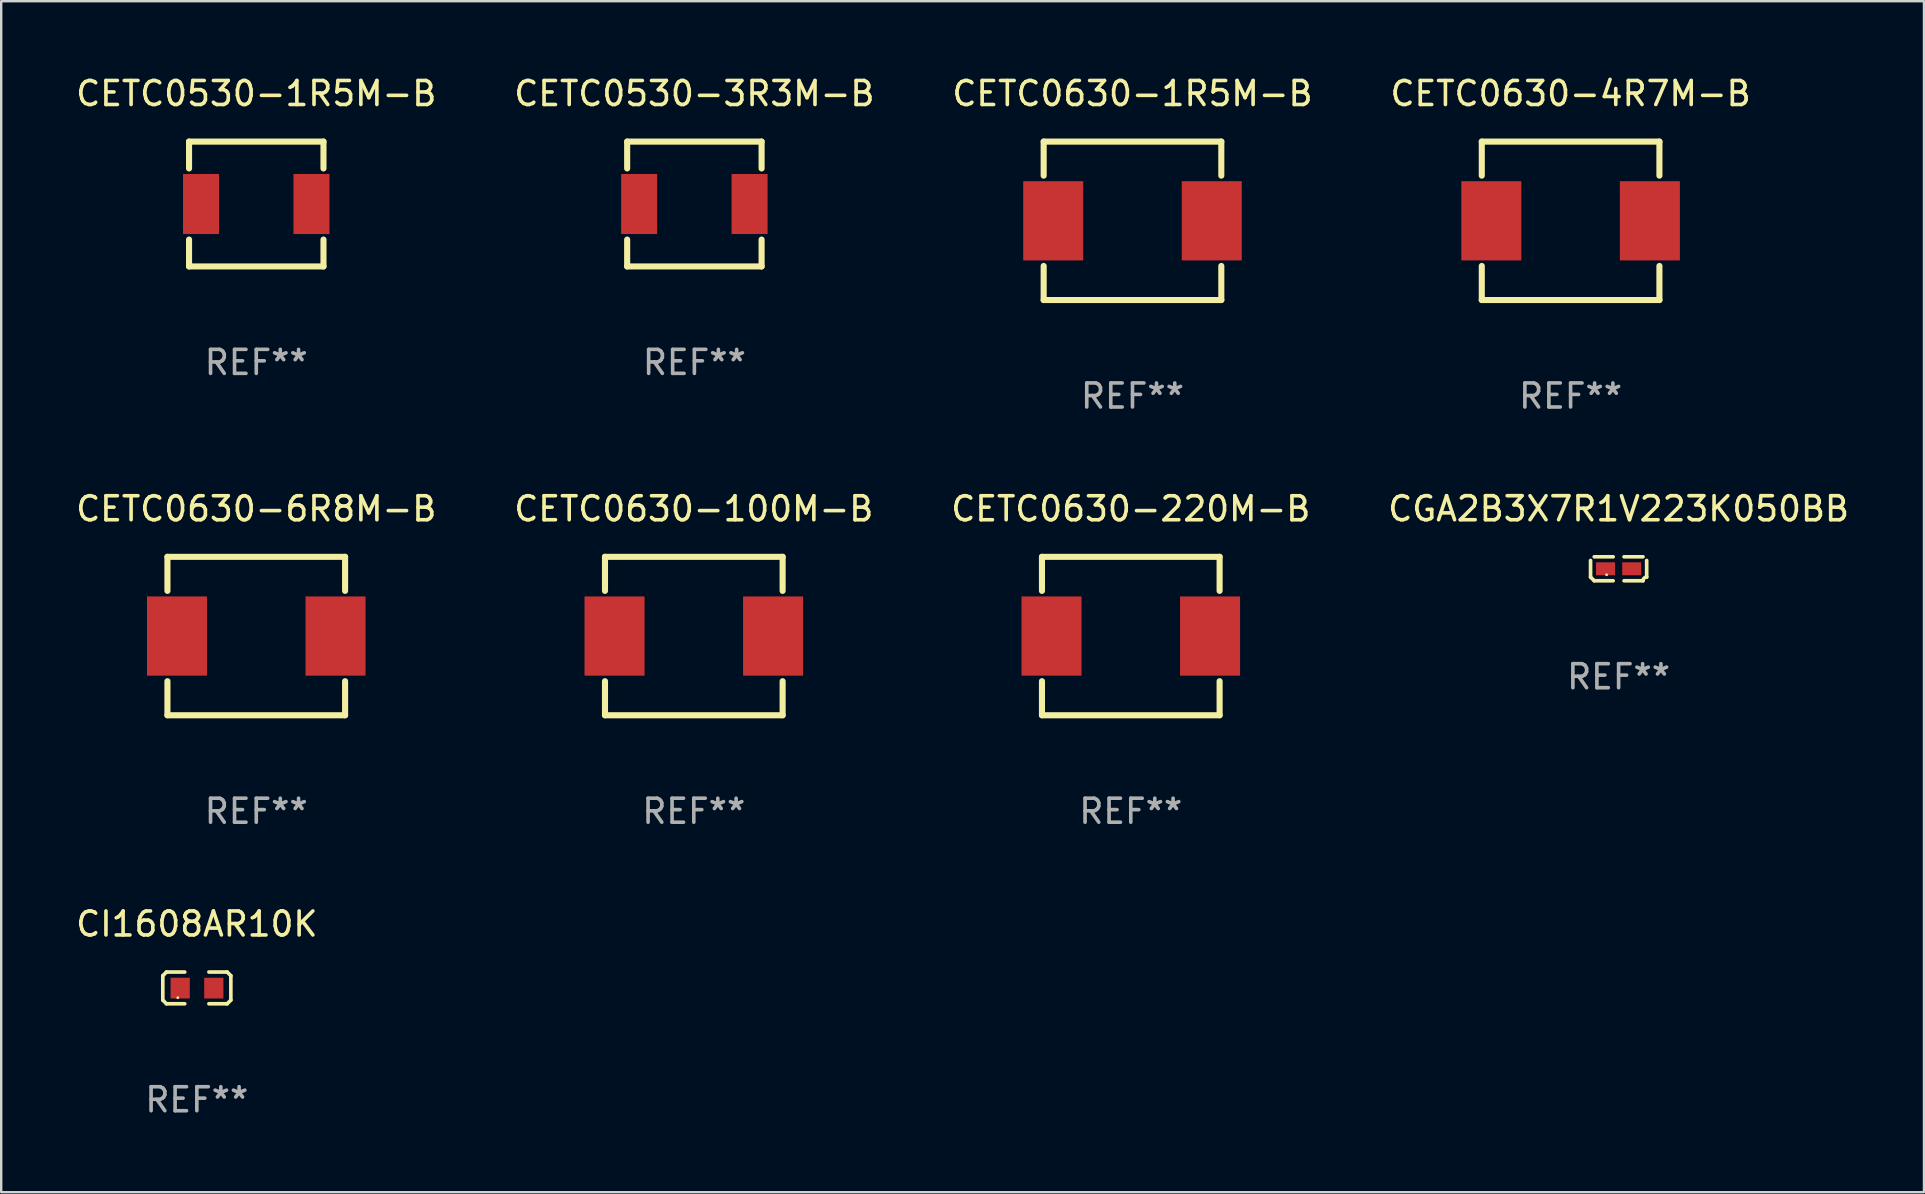
<source format=kicad_pcb>
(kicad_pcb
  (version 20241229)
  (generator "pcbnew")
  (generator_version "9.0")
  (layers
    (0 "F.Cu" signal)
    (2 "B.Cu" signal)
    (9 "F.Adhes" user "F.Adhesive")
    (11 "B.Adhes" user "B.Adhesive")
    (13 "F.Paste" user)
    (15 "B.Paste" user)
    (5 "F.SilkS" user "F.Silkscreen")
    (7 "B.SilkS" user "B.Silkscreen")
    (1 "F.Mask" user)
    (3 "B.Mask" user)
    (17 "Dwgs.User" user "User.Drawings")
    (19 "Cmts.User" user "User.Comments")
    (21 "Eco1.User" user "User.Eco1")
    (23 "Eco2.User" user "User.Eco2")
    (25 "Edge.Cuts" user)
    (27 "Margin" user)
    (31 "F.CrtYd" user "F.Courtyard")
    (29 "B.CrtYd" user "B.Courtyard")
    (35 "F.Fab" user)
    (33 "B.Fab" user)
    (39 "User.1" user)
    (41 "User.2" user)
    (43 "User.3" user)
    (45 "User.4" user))
  (footprint "CETC0630-220M-B"
    (layer "F.Cu")
    (at 44.054 23.445)
    (property "Reference" "CETC0630-220M-B" (at 0 -5.3 0) (layer "F.SilkS") (effects (font (size 1 1) (thickness 0.15))))
    (attr through_hole)
    (fp_line (start -3.7 -3.3) (end -3.7 -1.881) (stroke (width 0.254) (type solid)) (layer "F.SilkS"))
    (fp_line (start -3.7 -3.3) (end 3.7 -3.3) (stroke (width 0.254) (type solid)) (layer "F.SilkS"))
    (fp_line (start -3.7 1.881) (end -3.7 3.3) (stroke (width 0.254) (type solid)) (layer "F.SilkS"))
    (fp_line (start 3.7 -1.881) (end 3.7 -3.3) (stroke (width 0.254) (type solid)) (layer "F.SilkS"))
    (fp_line (start 3.7 3.3) (end -3.7 3.3) (stroke (width 0.254) (type solid)) (layer "F.SilkS"))
    (fp_line (start 3.7 3.3) (end 3.7 1.881) (stroke (width 0.254) (type solid)) (layer "F.SilkS"))
    (fp_circle (center -3.7 3.3) (end -3.67 3.3) (stroke (width 0.06) (type solid)) (fill no) (layer "F.SilkS"))
    (fp_text user "REF**" (at 0 7.3 0) (layer "F.Fab") (effects (font (size 1 1) (thickness 0.15))))
    (pad "1" smd rect (at -3.302 0) (size 2.5 3.3) (layers "F.Cu" "F.Mask" "F.Paste"))
    (pad "2" smd rect (at 3.302 0) (size 2.5 3.3) (layers "F.Cu" "F.Mask" "F.Paste")))
  (footprint "CETC0630-1R5M-B"
    (layer "F.Cu")
    (at 44.125 6.148)
    (property "Reference" "CETC0630-1R5M-B" (at 0 -5.3 0) (layer "F.SilkS") (effects (font (size 1 1) (thickness 0.15))))
    (attr through_hole)
    (fp_line (start -3.7 -3.3) (end -3.7 -1.881) (stroke (width 0.254) (type solid)) (layer "F.SilkS"))
    (fp_line (start -3.7 -3.3) (end 3.7 -3.3) (stroke (width 0.254) (type solid)) (layer "F.SilkS"))
    (fp_line (start -3.7 1.881) (end -3.7 3.3) (stroke (width 0.254) (type solid)) (layer "F.SilkS"))
    (fp_line (start 3.7 -1.881) (end 3.7 -3.3) (stroke (width 0.254) (type solid)) (layer "F.SilkS"))
    (fp_line (start 3.7 3.3) (end -3.7 3.3) (stroke (width 0.254) (type solid)) (layer "F.SilkS"))
    (fp_line (start 3.7 3.3) (end 3.7 1.881) (stroke (width 0.254) (type solid)) (layer "F.SilkS"))
    (fp_circle (center -3.7 3.3) (end -3.67 3.3) (stroke (width 0.06) (type solid)) (fill no) (layer "F.SilkS"))
    (fp_text user "REF**" (at 0 7.3 0) (layer "F.Fab") (effects (font (size 1 1) (thickness 0.15))))
    (pad "1" smd rect (at -3.302 0) (size 2.5 3.3) (layers "F.Cu" "F.Mask" "F.Paste"))
    (pad "2" smd rect (at 3.302 0) (size 2.5 3.3) (layers "F.Cu" "F.Mask" "F.Paste")))
  (footprint "CGA2B3X7R1V223K050BB"
    (layer "F.Cu")
    (at 64.375 20.643)
    (property "Reference" "CGA2B3X7R1V223K050BB" (at 0 -2.499 0) (layer "F.SilkS") (effects (font (size 1 1) (thickness 0.15))))
    (attr through_hole)
    (fp_line (start -1.169 0.346) (end -1.169 -0.346) (stroke (width 0.152) (type solid)) (layer "F.SilkS"))
    (fp_line (start -1.016 -0.499) (end -0.226 -0.499) (stroke (width 0.152) (type solid)) (layer "F.SilkS"))
    (fp_line (start -0.226 0.499) (end -1.016 0.499) (stroke (width 0.152) (type solid)) (layer "F.SilkS"))
    (fp_line (start 0.226 0.499) (end 1.016 0.499) (stroke (width 0.152) (type solid)) (layer "F.SilkS"))
    (fp_line (start 1.016 -0.499) (end 0.226 -0.499) (stroke (width 0.152) (type solid)) (layer "F.SilkS"))
    (fp_line (start 1.169 0.346) (end 1.169 -0.346) (stroke (width 0.152) (type solid)) (layer "F.SilkS"))
    (fp_arc (start -1.016307 0.498603) (mid -1.092512 0.422405) (end -1.16871 0.3462) (stroke (width 0.1524) (type solid)) (layer "F.SilkS"))
    (fp_arc (start 1.016307 0.498603) (mid 1.060899 0.390758) (end 1.168707 0.346076) (stroke (width 0.1524) (type solid)) (layer "F.SilkS"))
    (fp_circle (center -0.5 0.25) (end -0.47 0.25) (stroke (width 0.06) (type solid)) (fill no) (layer "F.SilkS"))
    (fp_text user "REF**" (at 0 4.499 0) (layer "F.Fab") (effects (font (size 1 1) (thickness 0.15))))
    (pad "1" smd rect (at -0.545 0) (size 0.79 0.54) (layers "F.Cu" "F.Mask" "F.Paste"))
    (pad "2" smd rect (at 0.545 0) (size 0.79 0.54) (layers "F.Cu" "F.Mask" "F.Paste")))
  (footprint "CETC0630-100M-B"
    (layer "F.Cu")
    (at 25.851 23.445)
    (property "Reference" "CETC0630-100M-B" (at 0 -5.3 0) (layer "F.SilkS") (effects (font (size 1 1) (thickness 0.15))))
    (attr through_hole)
    (fp_line (start -3.7 -3.3) (end -3.7 -1.881) (stroke (width 0.254) (type solid)) (layer "F.SilkS"))
    (fp_line (start -3.7 -3.3) (end 3.7 -3.3) (stroke (width 0.254) (type solid)) (layer "F.SilkS"))
    (fp_line (start -3.7 1.881) (end -3.7 3.3) (stroke (width 0.254) (type solid)) (layer "F.SilkS"))
    (fp_line (start 3.7 -1.881) (end 3.7 -3.3) (stroke (width 0.254) (type solid)) (layer "F.SilkS"))
    (fp_line (start 3.7 3.3) (end -3.7 3.3) (stroke (width 0.254) (type solid)) (layer "F.SilkS"))
    (fp_line (start 3.7 3.3) (end 3.7 1.881) (stroke (width 0.254) (type solid)) (layer "F.SilkS"))
    (fp_circle (center -3.7 3.3) (end -3.67 3.3) (stroke (width 0.06) (type solid)) (fill no) (layer "F.SilkS"))
    (fp_text user "REF**" (at 0 7.3 0) (layer "F.Fab") (effects (font (size 1 1) (thickness 0.15))))
    (pad "1" smd rect (at -3.302 0) (size 2.5 3.3) (layers "F.Cu" "F.Mask" "F.Paste"))
    (pad "2" smd rect (at 3.302 0) (size 2.5 3.3) (layers "F.Cu" "F.Mask" "F.Paste")))
  (footprint "CETC0630-4R7M-B"
    (layer "F.Cu")
    (at 62.375 6.148)
    (property "Reference" "CETC0630-4R7M-B" (at 0 -5.3 0) (layer "F.SilkS") (effects (font (size 1 1) (thickness 0.15))))
    (attr through_hole)
    (fp_line (start -3.7 -3.3) (end -3.7 -1.881) (stroke (width 0.254) (type solid)) (layer "F.SilkS"))
    (fp_line (start -3.7 -3.3) (end 3.7 -3.3) (stroke (width 0.254) (type solid)) (layer "F.SilkS"))
    (fp_line (start -3.7 1.881) (end -3.7 3.3) (stroke (width 0.254) (type solid)) (layer "F.SilkS"))
    (fp_line (start 3.7 -1.881) (end 3.7 -3.3) (stroke (width 0.254) (type solid)) (layer "F.SilkS"))
    (fp_line (start 3.7 3.3) (end -3.7 3.3) (stroke (width 0.254) (type solid)) (layer "F.SilkS"))
    (fp_line (start 3.7 3.3) (end 3.7 1.881) (stroke (width 0.254) (type solid)) (layer "F.SilkS"))
    (fp_circle (center -3.7 3.3) (end -3.67 3.3) (stroke (width 0.06) (type solid)) (fill no) (layer "F.SilkS"))
    (fp_text user "REF**" (at 0 7.3 0) (layer "F.Fab") (effects (font (size 1 1) (thickness 0.15))))
    (pad "1" smd rect (at -3.302 0) (size 2.5 3.3) (layers "F.Cu" "F.Mask" "F.Paste"))
    (pad "2" smd rect (at 3.302 0) (size 2.5 3.3) (layers "F.Cu" "F.Mask" "F.Paste")))
  (footprint "CETC0530-3R3M-B"
    (layer "F.Cu")
    (at 25.875 5.448)
    (property "Reference" "CETC0530-3R3M-B" (at 0 -4.6 0) (layer "F.SilkS") (effects (font (size 1 1) (thickness 0.15))))
    (attr through_hole)
    (fp_line (start -2.8 -2.6) (end -2.8 -1.481) (stroke (width 0.254) (type solid)) (layer "F.SilkS"))
    (fp_line (start -2.8 -2.6) (end 2.8 -2.6) (stroke (width 0.254) (type solid)) (layer "F.SilkS"))
    (fp_line (start -2.8 1.481) (end -2.8 2.6) (stroke (width 0.254) (type solid)) (layer "F.SilkS"))
    (fp_line (start 2.8 -2.6) (end 2.8 -1.481) (stroke (width 0.254) (type solid)) (layer "F.SilkS"))
    (fp_line (start 2.8 1.481) (end 2.8 2.6) (stroke (width 0.254) (type solid)) (layer "F.SilkS"))
    (fp_line (start 2.8 2.6) (end -2.8 2.6) (stroke (width 0.254) (type solid)) (layer "F.SilkS"))
    (fp_circle (center -2.75 2.6) (end -2.72 2.6) (stroke (width 0.06) (type solid)) (fill no) (layer "F.SilkS"))
    (fp_text user "REF**" (at 0 6.6 0) (layer "F.Fab") (effects (font (size 1 1) (thickness 0.15))))
    (pad "1" smd rect (at -2.3 0 90) (size 2.5 1.5) (layers "F.Cu" "F.Mask" "F.Paste"))
    (pad "2" smd rect (at 2.3 0 90) (size 2.5 1.5) (layers "F.Cu" "F.Mask" "F.Paste")))
  (footprint "CETC0630-6R8M-B"
    (layer "F.Cu")
    (at 7.625 23.445)
    (property "Reference" "CETC0630-6R8M-B" (at 0 -5.3 0) (layer "F.SilkS") (effects (font (size 1 1) (thickness 0.15))))
    (attr through_hole)
    (fp_line (start -3.7 -3.3) (end -3.7 -1.881) (stroke (width 0.254) (type solid)) (layer "F.SilkS"))
    (fp_line (start -3.7 -3.3) (end 3.7 -3.3) (stroke (width 0.254) (type solid)) (layer "F.SilkS"))
    (fp_line (start -3.7 1.881) (end -3.7 3.3) (stroke (width 0.254) (type solid)) (layer "F.SilkS"))
    (fp_line (start 3.7 -1.881) (end 3.7 -3.3) (stroke (width 0.254) (type solid)) (layer "F.SilkS"))
    (fp_line (start 3.7 3.3) (end -3.7 3.3) (stroke (width 0.254) (type solid)) (layer "F.SilkS"))
    (fp_line (start 3.7 3.3) (end 3.7 1.881) (stroke (width 0.254) (type solid)) (layer "F.SilkS"))
    (fp_circle (center -3.7 3.3) (end -3.67 3.3) (stroke (width 0.06) (type solid)) (fill no) (layer "F.SilkS"))
    (fp_text user "REF**" (at 0 7.3 0) (layer "F.Fab") (effects (font (size 1 1) (thickness 0.15))))
    (pad "1" smd rect (at -3.302 0) (size 2.5 3.3) (layers "F.Cu" "F.Mask" "F.Paste"))
    (pad "2" smd rect (at 3.302 0) (size 2.5 3.3) (layers "F.Cu" "F.Mask" "F.Paste")))
  (footprint "CI1608AR10K"
    (layer "F.Cu")
    (at 5.149 38.102)
    (property "Reference" "CI1608AR10K" (at 0 -2.661 0) (layer "F.SilkS") (effects (font (size 1 1) (thickness 0.15))))
    (attr through_hole)
    (fp_line (start -1.417 -0.508) (end -1.265 -0.661) (stroke (width 0.152) (type solid)) (layer "F.SilkS"))
    (fp_line (start -1.417 0.508) (end -1.417 -0.508) (stroke (width 0.152) (type solid)) (layer "F.SilkS"))
    (fp_line (start -1.265 -0.661) (end -0.503 -0.661) (stroke (width 0.152) (type solid)) (layer "F.SilkS"))
    (fp_line (start -1.265 0.661) (end -1.417 0.508) (stroke (width 0.152) (type solid)) (layer "F.SilkS"))
    (fp_line (start -1.265 0.661) (end -0.503 0.661) (stroke (width 0.152) (type solid)) (layer "F.SilkS"))
    (fp_line (start 1.265 -0.661) (end 0.503 -0.661) (stroke (width 0.152) (type solid)) (layer "F.SilkS"))
    (fp_line (start 1.265 -0.661) (end 1.417 -0.508) (stroke (width 0.152) (type solid)) (layer "F.SilkS"))
    (fp_line (start 1.265 0.661) (end 0.503 0.661) (stroke (width 0.152) (type solid)) (layer "F.SilkS"))
    (fp_line (start 1.417 -0.508) (end 1.417 0.508) (stroke (width 0.152) (type solid)) (layer "F.SilkS"))
    (fp_line (start 1.417 0.508) (end 1.265 0.661) (stroke (width 0.152) (type solid)) (layer "F.SilkS"))
    (fp_circle (center -0.793 0.409) (end -0.763 0.409) (stroke (width 0.06) (type solid)) (fill no) (layer "F.SilkS"))
    (fp_text user "REF**" (at 0 4.661 0) (layer "F.Fab") (effects (font (size 1 1) (thickness 0.15))))
    (pad "1" smd rect (at -0.693 0.009 180) (size 0.8 0.864) (layers "F.Cu" "F.Mask" "F.Paste"))
    (pad "2" smd rect (at 0.707 0.009 180) (size 0.8 0.864) (layers "F.Cu" "F.Mask" "F.Paste")))
  (footprint "CETC0530-1R5M-B"
    (layer "F.Cu")
    (at 7.625 5.448)
    (property "Reference" "CETC0530-1R5M-B" (at 0 -4.6 0) (layer "F.SilkS") (effects (font (size 1 1) (thickness 0.15))))
    (attr through_hole)
    (fp_line (start -2.8 -2.6) (end -2.8 -1.481) (stroke (width 0.254) (type solid)) (layer "F.SilkS"))
    (fp_line (start -2.8 -2.6) (end 2.8 -2.6) (stroke (width 0.254) (type solid)) (layer "F.SilkS"))
    (fp_line (start -2.8 1.481) (end -2.8 2.6) (stroke (width 0.254) (type solid)) (layer "F.SilkS"))
    (fp_line (start 2.8 -2.6) (end 2.8 -1.481) (stroke (width 0.254) (type solid)) (layer "F.SilkS"))
    (fp_line (start 2.8 1.481) (end 2.8 2.6) (stroke (width 0.254) (type solid)) (layer "F.SilkS"))
    (fp_line (start 2.8 2.6) (end -2.8 2.6) (stroke (width 0.254) (type solid)) (layer "F.SilkS"))
    (fp_circle (center -2.75 2.6) (end -2.72 2.6) (stroke (width 0.06) (type solid)) (fill no) (layer "F.SilkS"))
    (fp_text user "REF**" (at 0 6.6 0) (layer "F.Fab") (effects (font (size 1 1) (thickness 0.15))))
    (pad "1" smd rect (at -2.3 0 90) (size 2.5 1.5) (layers "F.Cu" "F.Mask" "F.Paste"))
    (pad "2" smd rect (at 2.3 0 90) (size 2.5 1.5) (layers "F.Cu" "F.Mask" "F.Paste")))
  (gr_rect
    (start -3 -3)
    (end 77.095 46.611)
    (stroke (width 0.1) (type default))
    (fill no)
    (layer "Edge.Cuts")))
</source>
